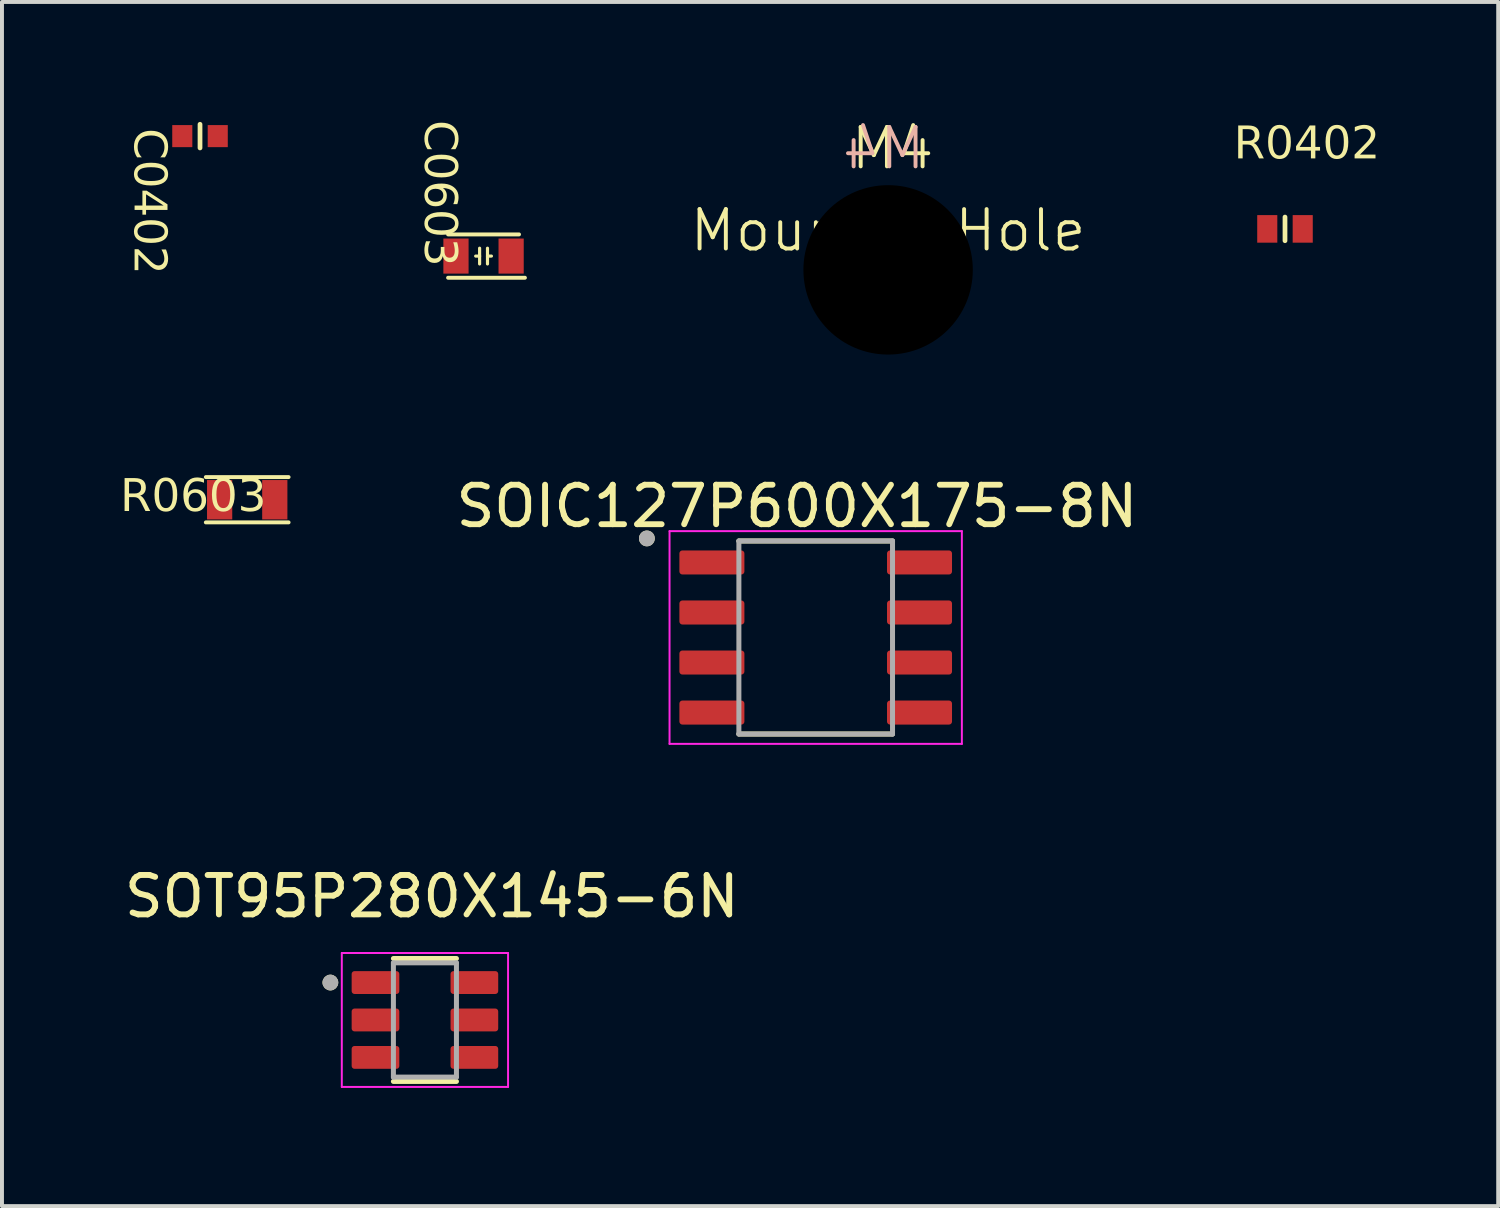
<source format=kicad_pcb>
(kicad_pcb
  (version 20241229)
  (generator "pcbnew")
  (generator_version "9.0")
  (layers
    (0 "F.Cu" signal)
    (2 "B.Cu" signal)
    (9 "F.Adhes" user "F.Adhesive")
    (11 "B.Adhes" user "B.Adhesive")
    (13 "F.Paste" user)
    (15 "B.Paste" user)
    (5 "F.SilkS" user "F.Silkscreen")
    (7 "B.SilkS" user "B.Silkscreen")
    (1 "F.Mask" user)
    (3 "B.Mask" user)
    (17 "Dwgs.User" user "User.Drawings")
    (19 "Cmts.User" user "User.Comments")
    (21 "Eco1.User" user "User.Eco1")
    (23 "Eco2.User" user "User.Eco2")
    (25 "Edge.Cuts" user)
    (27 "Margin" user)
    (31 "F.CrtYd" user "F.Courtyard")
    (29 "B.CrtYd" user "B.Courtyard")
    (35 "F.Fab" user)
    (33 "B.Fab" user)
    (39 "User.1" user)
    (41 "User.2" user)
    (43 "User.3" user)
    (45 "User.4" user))
  (footprint "MountingHole"
    (layer "F.Cu")
    (at 19.493 3.8)
    (property "Reference" "MountingHole" (at 0 -1 0) (unlocked yes) (layer "F.SilkS") (effects (font (size 1 1) (thickness 0.1))))
    (attr through_hole)
    (fp_text user "M4" (at -1 -2.5 0) (unlocked yes) (layer "F.SilkS") (effects (font (size 1 1) (thickness 0.1)) (justify left bottom)))
    (fp_text user "M4" (at 1 -2.5 0) (unlocked yes) (layer "B.SilkS") (effects (font (size 1 1) (thickness 0.1)) (justify left bottom mirror)))
    (pad "" np_thru_hole circle (at 0 0) (size 4.3 4.3) (drill 4.3) (layers "*.Mask")))
  (footprint "R0603"
    (layer "F.Cu")
    (at 3.225 9.635)
    (property "Reference" "R0603" (at -3.225 0.425 0) (unlocked yes) (layer "F.SilkS") (effects (font (face "Arial") (size 0.819 0.819) (thickness 0.254)) (justify left bottom)))
    (fp_line (start -1.05 -0.575) (end 1.05 -0.575) (stroke (width 0.1) (type solid)) (layer "F.SilkS"))
    (fp_line (start -1.05 0.575) (end 1.05 0.575) (stroke (width 0.1) (type solid)) (layer "F.SilkS"))
    (fp_rect (start -1.02 0.5) (end -0.38 -0.5) (stroke (width 0) (type default)) (fill yes) (layer "F.Paste"))
    (fp_rect (start 0.38 0.5) (end 1.02 -0.5) (stroke (width 0) (type default)) (fill yes) (layer "F.Paste"))
    (fp_line (start -1.125 -0.65) (end -1.125 0.65) (stroke (width 0.01) (type solid)) (layer "Eco1.User"))
    (fp_line (start -1.125 -0.65) (end 1.125 -0.65) (stroke (width 0.01) (type solid)) (layer "Eco1.User"))
    (fp_line (start -1.125 0.65) (end 1.125 0.65) (stroke (width 0.01) (type solid)) (layer "Eco1.User"))
    (fp_line (start -0.9 -0.5) (end -0.9 0.5) (stroke (width 0.01) (type solid)) (layer "Eco1.User"))
    (fp_line (start -0.9 -0.5) (end 0.9 -0.5) (stroke (width 0.01) (type solid)) (layer "Eco1.User"))
    (fp_line (start -0.9 0.5) (end 0.9 0.5) (stroke (width 0.01) (type solid)) (layer "Eco1.User"))
    (fp_line (start 0.9 -0.5) (end 0.9 0.5) (stroke (width 0.01) (type solid)) (layer "Eco1.User"))
    (fp_line (start 1.125 -0.65) (end 1.125 0.65) (stroke (width 0.01) (type solid)) (layer "Eco1.User"))
    (fp_text user "'.Designator'" (at -2 0.5 0) (unlocked yes) (layer "Eco1.User") (effects (font (face "Arial") (size 0.472 0.472) (thickness 0.254)) (justify left bottom)))
    (pad "1" smd rect (at -0.7 0 90) (size 1 0.64) (layers "F.Cu" "F.Mask" "F.Paste"))
    (pad "2" smd rect (at 0.7 0 90) (size 1 0.64) (layers "F.Cu" "F.Mask" "F.Paste")))
  (footprint "R0402"
    (layer "F.Cu")
    (at 29.567 2.76)
    (property "Reference" "R0402" (at -1.3 -1.65 0) (unlocked yes) (layer "F.SilkS") (effects (font (face "Arial") (size 0.819 0.819) (thickness 0.254)) (justify left bottom)))
    (fp_line (start 0 -0.3) (end 0 0.3) (stroke (width 0.12) (type solid)) (layer "F.SilkS"))
    (fp_line (start -0.8 -0.475) (end -0.8 0.475) (stroke (width 0.01) (type solid)) (layer "Eco1.User"))
    (fp_line (start -0.8 -0.475) (end 0.8 -0.475) (stroke (width 0.01) (type solid)) (layer "Eco1.User"))
    (fp_line (start -0.8 0.475) (end 0.8 0.475) (stroke (width 0.01) (type solid)) (layer "Eco1.User"))
    (fp_line (start -0.45 -0.3) (end -0.45 0.3) (stroke (width 0.01) (type solid)) (layer "Eco1.User"))
    (fp_line (start -0.45 -0.3) (end 0.45 -0.3) (stroke (width 0.01) (type solid)) (layer "Eco1.User"))
    (fp_line (start -0.45 0.3) (end 0.45 0.3) (stroke (width 0.01) (type solid)) (layer "Eco1.User"))
    (fp_line (start 0.45 -0.3) (end 0.45 0.3) (stroke (width 0.01) (type solid)) (layer "Eco1.User"))
    (fp_line (start 0.8 -0.475) (end 0.8 0.475) (stroke (width 0.01) (type solid)) (layer "Eco1.User"))
    (fp_text user "'.Designator'" (at -2 0.5 0) (unlocked yes) (layer "Eco1.User") (effects (font (face "Arial") (size 0.472 0.472) (thickness 0.254)) (justify left bottom)))
    (pad "1" smd rect (at -0.45 0 90) (size 0.7 0.51) (layers "F.Cu" "F.Mask" "F.Paste"))
    (pad "2" smd rect (at 0.45 0 90) (size 0.7 0.51) (layers "F.Cu" "F.Mask" "F.Paste")))
  (footprint "C0402"
    (layer "F.Cu")
    (at 2.027 0.405)
    (property "Reference" "C0402" (at -1.8 -0.2 270) (unlocked yes) (layer "F.SilkS") (effects (font (face "Arial") (size 0.819 0.819) (thickness 0.254)) (justify left bottom)))
    (fp_line (start 0 -0.3) (end 0 0.3) (stroke (width 0.12) (type solid)) (layer "F.SilkS"))
    (fp_line (start -0.8 -0.4) (end -0.8 0.4) (stroke (width 0.01) (type solid)) (layer "Eco1.User"))
    (fp_line (start -0.8 -0.4) (end 0.8 -0.4) (stroke (width 0.01) (type solid)) (layer "Eco1.User"))
    (fp_line (start -0.8 0.4) (end 0.8 0.4) (stroke (width 0.01) (type solid)) (layer "Eco1.User"))
    (fp_line (start -0.45 -0.3) (end -0.45 0.3) (stroke (width 0.01) (type solid)) (layer "Eco1.User"))
    (fp_line (start -0.45 -0.3) (end 0.45 -0.3) (stroke (width 0.01) (type solid)) (layer "Eco1.User"))
    (fp_line (start -0.45 0.3) (end 0.45 0.3) (stroke (width 0.01) (type solid)) (layer "Eco1.User"))
    (fp_line (start 0.45 -0.3) (end 0.45 0.3) (stroke (width 0.01) (type solid)) (layer "Eco1.User"))
    (fp_line (start 0.8 -0.4) (end 0.8 0.4) (stroke (width 0.01) (type solid)) (layer "Eco1.User"))
    (fp_text user "'.Designator'" (at -2 0.5 0) (unlocked yes) (layer "Eco1.User") (effects (font (face "Arial") (size 0.472 0.472) (thickness 0.254)) (justify left bottom)))
    (pad "1" smd rect (at -0.45 0 90) (size 0.56 0.51) (layers "F.Cu" "F.Mask" "F.Paste"))
    (pad "2" smd rect (at 0.45 0 90) (size 0.56 0.51) (layers "F.Cu" "F.Mask" "F.Paste")))
  (footprint "C0603"
    (layer "F.Cu")
    (at 9.224 3.45)
    (property "Reference" "C0603" (at -1.625 -3.45 270) (unlocked yes) (layer "F.SilkS") (effects (font (face "Arial") (size 0.819 0.819) (thickness 0.254)) (justify left bottom)))
    (fp_line (start -0.9 -0.55) (end 0.9 -0.55) (stroke (width 0.1) (type solid)) (layer "F.SilkS"))
    (fp_line (start -0.9 0.55) (end 1.05 0.55) (stroke (width 0.1) (type solid)) (layer "F.SilkS"))
    (fp_line (start -0.2 0) (end -0.1 0) (stroke (width 0.08) (type solid)) (layer "F.SilkS"))
    (fp_line (start -0.1 -0.2) (end -0.1 0.2) (stroke (width 0.08) (type solid)) (layer "F.SilkS"))
    (fp_line (start 0.1 -0.2) (end 0.1 0.2) (stroke (width 0.08) (type solid)) (layer "F.SilkS"))
    (fp_line (start 0.1 0) (end 0.2 0) (stroke (width 0.08) (type solid)) (layer "F.SilkS"))
    (fp_line (start -1.125 -0.625) (end -1.125 0.625) (stroke (width 0.01) (type solid)) (layer "Eco1.User"))
    (fp_line (start -1.125 -0.625) (end 1.125 -0.625) (stroke (width 0.01) (type solid)) (layer "Eco1.User"))
    (fp_line (start -1.125 0.625) (end 1.125 0.625) (stroke (width 0.01) (type solid)) (layer "Eco1.User"))
    (fp_line (start -0.9 -0.5) (end -0.9 0.5) (stroke (width 0.01) (type solid)) (layer "Eco1.User"))
    (fp_line (start -0.9 -0.5) (end 0.9 -0.5) (stroke (width 0.01) (type solid)) (layer "Eco1.User"))
    (fp_line (start -0.9 0.5) (end 0.9 0.5) (stroke (width 0.01) (type solid)) (layer "Eco1.User"))
    (fp_line (start 0.9 -0.5) (end 0.9 0.5) (stroke (width 0.01) (type solid)) (layer "Eco1.User"))
    (fp_line (start 1.125 -0.625) (end 1.125 0.625) (stroke (width 0.01) (type solid)) (layer "Eco1.User"))
    (fp_text user "'.Designator'" (at -2 0.5 0) (unlocked yes) (layer "Eco1.User") (effects (font (face "Arial") (size 0.472 0.472) (thickness 0.254)) (justify left bottom)))
    (pad "1" smd rect (at -0.7 0 90) (size 0.89 0.64) (layers "F.Cu" "F.Mask" "F.Paste"))
    (pad "2" smd rect (at 0.7 0 90) (size 0.89 0.64) (layers "F.Cu" "F.Mask" "F.Paste")))
  (footprint "SOIC127P600X175-8N"
    (layer "F.Cu")
    (at 17.655 13.132)
    (property "Reference" "SOIC127P600X175-8N" (at -0.476 -3.332 0) (layer "F.SilkS") (effects (font (size 1.002 1.002) (thickness 0.15))))
    (attr smd)
    (fp_line (start -1.95 -2.45) (end 1.95 -2.45) (stroke (width 0.127) (type solid)) (layer "F.SilkS"))
    (fp_line (start -1.95 2.45) (end 1.95 2.45) (stroke (width 0.127) (type solid)) (layer "F.SilkS"))
    (fp_circle (center -4.285 -2.515) (end -4.085 -2.515) (stroke (width 0) (type solid)) (fill yes) (layer "F.SilkS"))
    (fp_line (start -3.71 -2.7) (end -3.71 2.7) (stroke (width 0.05) (type solid)) (layer "F.CrtYd"))
    (fp_line (start -3.71 -2.7) (end 3.71 -2.7) (stroke (width 0.05) (type solid)) (layer "F.CrtYd"))
    (fp_line (start -3.71 2.7) (end 3.71 2.7) (stroke (width 0.05) (type solid)) (layer "F.CrtYd"))
    (fp_line (start 3.71 -2.7) (end 3.71 2.7) (stroke (width 0.05) (type solid)) (layer "F.CrtYd"))
    (fp_line (start -1.95 -2.45) (end -1.95 2.45) (stroke (width 0.127) (type solid)) (layer "F.Fab"))
    (fp_line (start -1.95 -2.45) (end 1.95 -2.45) (stroke (width 0.127) (type solid)) (layer "F.Fab"))
    (fp_line (start -1.95 2.45) (end 1.95 2.45) (stroke (width 0.127) (type solid)) (layer "F.Fab"))
    (fp_line (start 1.95 -2.45) (end 1.95 2.45) (stroke (width 0.127) (type solid)) (layer "F.Fab"))
    (fp_circle (center -4.285 -2.515) (end -4.085 -2.515) (stroke (width 0) (type solid)) (fill yes) (layer "F.Fab"))
    (pad "1" smd roundrect (at -2.635 -1.905) (size 1.65 0.61) (layers "F.Cu" "F.Mask" "F.Paste") (roundrect_rratio 0.125))
    (pad "2" smd roundrect (at -2.635 -0.635) (size 1.65 0.61) (layers "F.Cu" "F.Mask" "F.Paste") (roundrect_rratio 0.125))
    (pad "3" smd roundrect (at -2.635 0.635) (size 1.65 0.61) (layers "F.Cu" "F.Mask" "F.Paste") (roundrect_rratio 0.125))
    (pad "4" smd roundrect (at -2.635 1.905) (size 1.65 0.61) (layers "F.Cu" "F.Mask" "F.Paste") (roundrect_rratio 0.125))
    (pad "5" smd roundrect (at 2.635 1.905) (size 1.65 0.61) (layers "F.Cu" "F.Mask" "F.Paste") (roundrect_rratio 0.125))
    (pad "6" smd roundrect (at 2.635 0.635) (size 1.65 0.61) (layers "F.Cu" "F.Mask" "F.Paste") (roundrect_rratio 0.125))
    (pad "7" smd roundrect (at 2.635 -0.635) (size 1.65 0.61) (layers "F.Cu" "F.Mask" "F.Paste") (roundrect_rratio 0.125))
    (pad "8" smd roundrect (at 2.635 -1.905) (size 1.65 0.61) (layers "F.Cu" "F.Mask" "F.Paste") (roundrect_rratio 0.125)))
  (footprint "SOT95P280X145-6N"
    (layer "F.Cu")
    (at 7.736 22.84)
    (property "Reference" "SOT95P280X145-6N" (at 0.175 -3.135 0) (layer "F.SilkS") (effects (font (size 1 1) (thickness 0.15))))
    (attr smd)
    (fp_line (start -0.8 1.56) (end 0.8 1.56) (stroke (width 0.127) (type solid)) (layer "F.SilkS"))
    (fp_line (start 0.8 -1.56) (end -0.8 -1.56) (stroke (width 0.127) (type solid)) (layer "F.SilkS"))
    (fp_circle (center -2.4 -0.95) (end -2.3 -0.95) (stroke (width 0.2) (type solid)) (fill no) (layer "F.SilkS"))
    (fp_line (start -2.11 -1.7) (end -2.11 1.7) (stroke (width 0.05) (type solid)) (layer "F.CrtYd"))
    (fp_line (start -2.11 1.7) (end 2.11 1.7) (stroke (width 0.05) (type solid)) (layer "F.CrtYd"))
    (fp_line (start 2.11 -1.7) (end -2.11 -1.7) (stroke (width 0.05) (type solid)) (layer "F.CrtYd"))
    (fp_line (start 2.11 1.7) (end 2.11 -1.7) (stroke (width 0.05) (type solid)) (layer "F.CrtYd"))
    (fp_line (start -0.8 -1.45) (end -0.8 1.45) (stroke (width 0.127) (type solid)) (layer "F.Fab"))
    (fp_line (start -0.8 1.45) (end 0.8 1.45) (stroke (width 0.127) (type solid)) (layer "F.Fab"))
    (fp_line (start 0.8 -1.45) (end -0.8 -1.45) (stroke (width 0.127) (type solid)) (layer "F.Fab"))
    (fp_line (start 0.8 1.45) (end 0.8 -1.45) (stroke (width 0.127) (type solid)) (layer "F.Fab"))
    (fp_circle (center -2.4 -0.95) (end -2.3 -0.95) (stroke (width 0.2) (type solid)) (fill no) (layer "F.Fab"))
    (pad "1" smd roundrect (at -1.255 -0.95) (size 1.21 0.58) (layers "F.Cu" "F.Mask" "F.Paste") (roundrect_rratio 0.125))
    (pad "2" smd roundrect (at -1.255 0) (size 1.21 0.58) (layers "F.Cu" "F.Mask" "F.Paste") (roundrect_rratio 0.125))
    (pad "3" smd roundrect (at -1.255 0.95) (size 1.21 0.58) (layers "F.Cu" "F.Mask" "F.Paste") (roundrect_rratio 0.125))
    (pad "4" smd roundrect (at 1.255 0.95) (size 1.21 0.58) (layers "F.Cu" "F.Mask" "F.Paste") (roundrect_rratio 0.125))
    (pad "5" smd roundrect (at 1.255 0) (size 1.21 0.58) (layers "F.Cu" "F.Mask" "F.Paste") (roundrect_rratio 0.125))
    (pad "6" smd roundrect (at 1.255 -0.95) (size 1.21 0.58) (layers "F.Cu" "F.Mask" "F.Paste") (roundrect_rratio 0.125)))
  (gr_rect
    (start -3 -3)
    (end 34.979 27.565)
    (stroke (width 0.1) (type default))
    (fill no)
    (layer "Edge.Cuts")))
</source>
